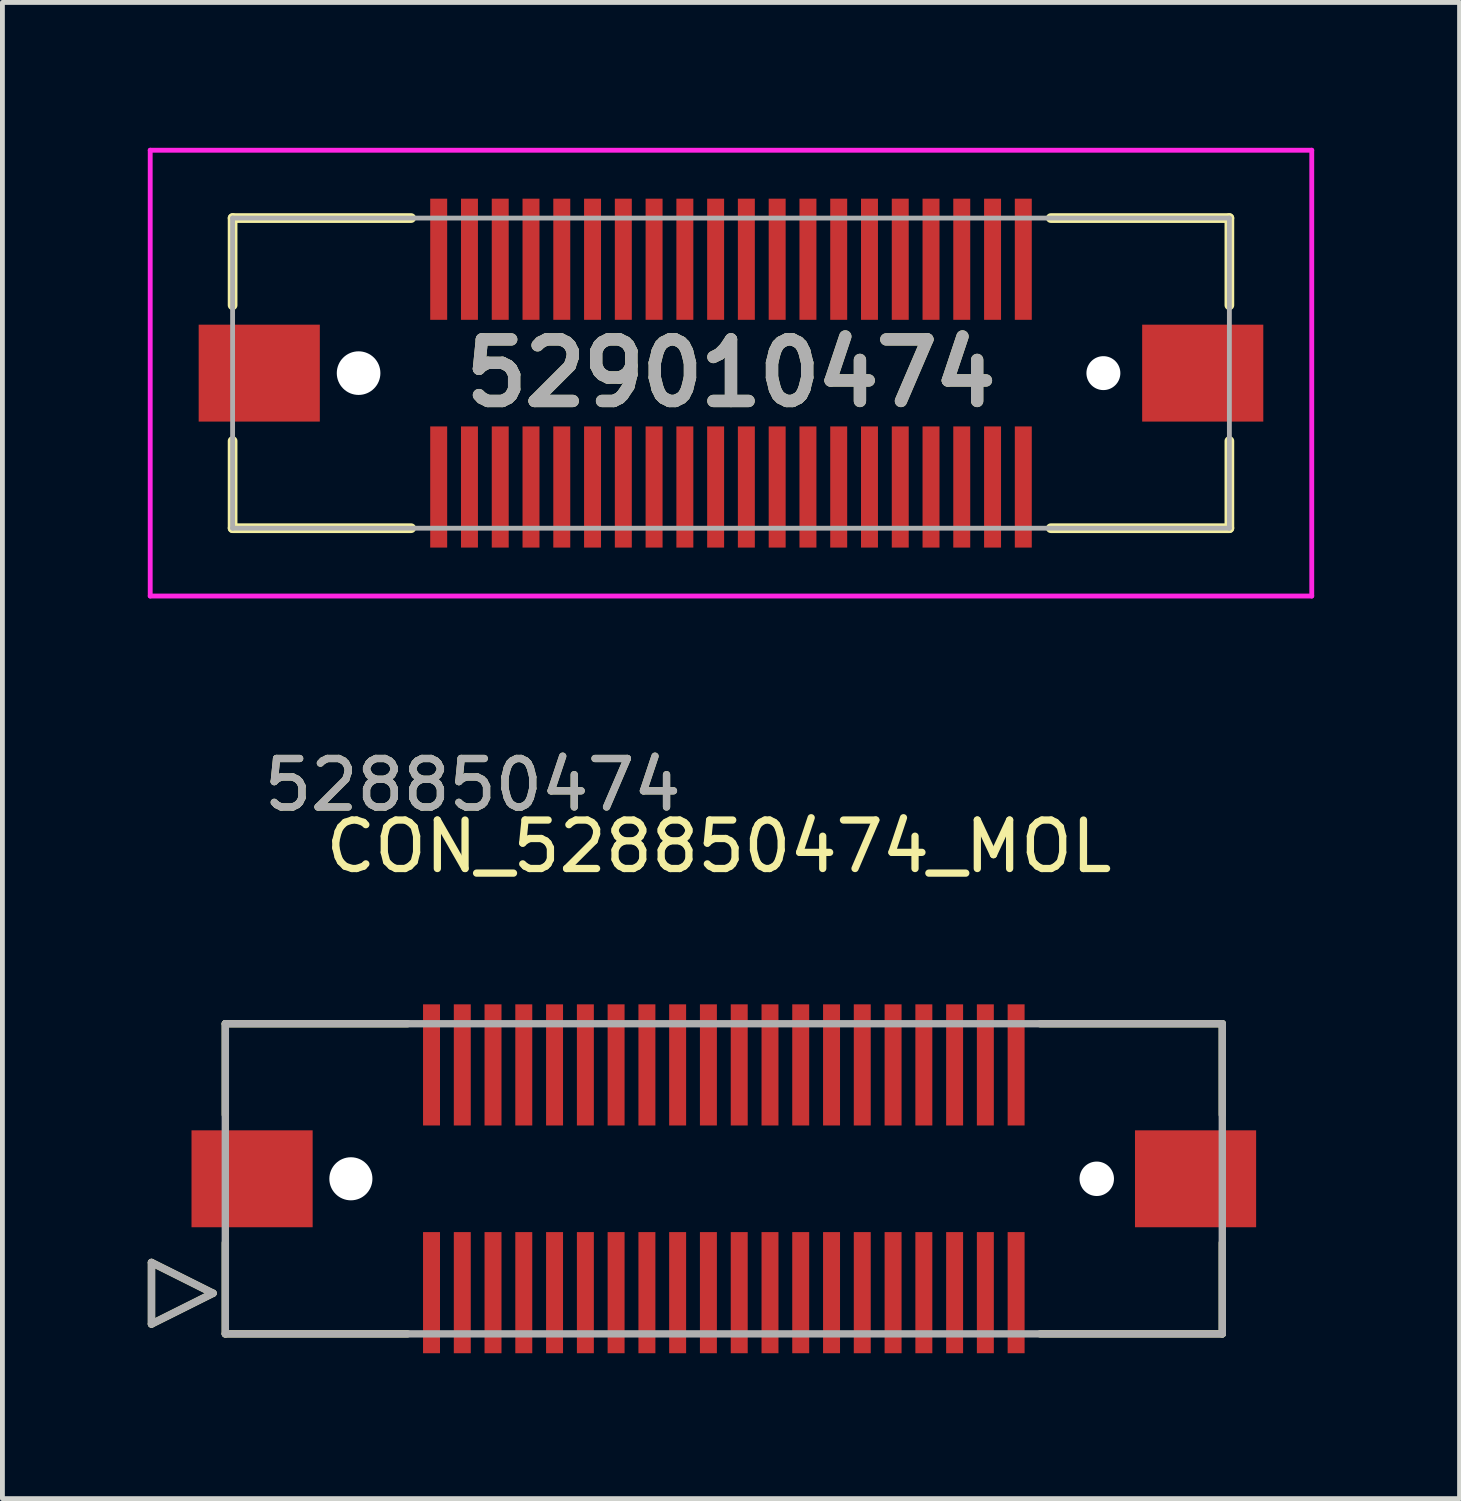
<source format=kicad_pcb>
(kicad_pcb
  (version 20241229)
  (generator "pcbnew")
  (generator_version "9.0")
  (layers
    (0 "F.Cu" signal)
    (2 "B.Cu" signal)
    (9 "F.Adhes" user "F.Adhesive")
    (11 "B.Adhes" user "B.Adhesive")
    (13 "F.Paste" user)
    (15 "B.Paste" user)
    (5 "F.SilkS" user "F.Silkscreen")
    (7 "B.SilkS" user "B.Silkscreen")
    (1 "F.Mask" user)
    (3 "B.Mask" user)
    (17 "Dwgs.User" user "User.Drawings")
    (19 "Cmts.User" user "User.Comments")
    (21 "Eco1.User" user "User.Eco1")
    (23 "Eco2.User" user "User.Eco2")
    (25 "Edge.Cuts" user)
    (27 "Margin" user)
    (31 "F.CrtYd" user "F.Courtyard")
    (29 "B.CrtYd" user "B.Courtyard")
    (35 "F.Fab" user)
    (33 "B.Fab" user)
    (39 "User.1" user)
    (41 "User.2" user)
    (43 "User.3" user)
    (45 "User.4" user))
  (footprint "529010474"
    (layer "F.Cu")
    (at 12.035 4.65)
    (property "Reference" "529010474" (at 0 0 0) (layer "F.SilkS") (effects (font (size 1.27 1.27) (thickness 0.254))))
    (attr through_hole)
    (fp_line (start -10.285 -3.2) (end -6.6 -3.2) (stroke (width 0.2) (type solid)) (layer "F.SilkS"))
    (fp_line (start -10.285 -1.4) (end -10.285 -3.2) (stroke (width 0.2) (type solid)) (layer "F.SilkS"))
    (fp_line (start -10.285 1.4) (end -10.285 3.2) (stroke (width 0.2) (type solid)) (layer "F.SilkS"))
    (fp_line (start -10.285 3.2) (end -6.6 3.2) (stroke (width 0.2) (type solid)) (layer "F.SilkS"))
    (fp_line (start 6.6 -3.2) (end 10.285 -3.2) (stroke (width 0.2) (type solid)) (layer "F.SilkS"))
    (fp_line (start 6.6 3.2) (end 10.285 3.2) (stroke (width 0.2) (type solid)) (layer "F.SilkS"))
    (fp_line (start 10.285 -3.2) (end 10.285 -1.4) (stroke (width 0.2) (type solid)) (layer "F.SilkS"))
    (fp_line (start 10.285 3.2) (end 10.285 1.4) (stroke (width 0.2) (type solid)) (layer "F.SilkS"))
    (fp_line (start -11.985 -4.6) (end 11.985 -4.6) (stroke (width 0.1) (type solid)) (layer "F.CrtYd"))
    (fp_line (start -11.985 4.6) (end -11.985 -4.6) (stroke (width 0.1) (type solid)) (layer "F.CrtYd"))
    (fp_line (start 11.985 -4.6) (end 11.985 4.6) (stroke (width 0.1) (type solid)) (layer "F.CrtYd"))
    (fp_line (start 11.985 4.6) (end -11.985 4.6) (stroke (width 0.1) (type solid)) (layer "F.CrtYd"))
    (fp_line (start -10.285 -3.2) (end 10.285 -3.2) (stroke (width 0.1) (type solid)) (layer "F.Fab"))
    (fp_line (start -10.285 3.2) (end -10.285 -3.2) (stroke (width 0.1) (type solid)) (layer "F.Fab"))
    (fp_line (start 10.285 -3.2) (end 10.285 3.2) (stroke (width 0.1) (type solid)) (layer "F.Fab"))
    (fp_line (start 10.285 3.2) (end -10.285 3.2) (stroke (width 0.1) (type solid)) (layer "F.Fab"))
    (fp_text user "${REFERENCE}" (at 0 0 0) (layer "F.Fab") (effects (font (size 1.27 1.27) (thickness 0.254))))
    (pad "" np_thru_hole circle (at -7.685 0) (size 0.9 0.9) (drill 0.9) (layers "*.Cu" "*.Mask"))
    (pad "" np_thru_hole circle (at 7.685 0) (size 0.7 0.7) (drill 0.7) (layers "*.Cu" "*.Mask"))
    (pad "1" smd rect (at -6.032 2.35) (size 0.35 2.5) (layers "F.Cu" "F.Mask" "F.Paste"))
    (pad "2" smd rect (at -6.032 -2.35) (size 0.35 2.5) (layers "F.Cu" "F.Mask" "F.Paste"))
    (pad "3" smd rect (at -5.397 2.35) (size 0.35 2.5) (layers "F.Cu" "F.Mask" "F.Paste"))
    (pad "4" smd rect (at -5.397 -2.35) (size 0.35 2.5) (layers "F.Cu" "F.Mask" "F.Paste"))
    (pad "5" smd rect (at -4.762 2.35) (size 0.35 2.5) (layers "F.Cu" "F.Mask" "F.Paste"))
    (pad "6" smd rect (at -4.762 -2.35) (size 0.35 2.5) (layers "F.Cu" "F.Mask" "F.Paste"))
    (pad "7" smd rect (at -4.127 2.35) (size 0.35 2.5) (layers "F.Cu" "F.Mask" "F.Paste"))
    (pad "8" smd rect (at -4.127 -2.35) (size 0.35 2.5) (layers "F.Cu" "F.Mask" "F.Paste"))
    (pad "9" smd rect (at -3.492 2.35) (size 0.35 2.5) (layers "F.Cu" "F.Mask" "F.Paste"))
    (pad "10" smd rect (at -3.492 -2.35) (size 0.35 2.5) (layers "F.Cu" "F.Mask" "F.Paste"))
    (pad "11" smd rect (at -2.857 2.35) (size 0.35 2.5) (layers "F.Cu" "F.Mask" "F.Paste"))
    (pad "12" smd rect (at -2.857 -2.35) (size 0.35 2.5) (layers "F.Cu" "F.Mask" "F.Paste"))
    (pad "13" smd rect (at -2.222 2.35) (size 0.35 2.5) (layers "F.Cu" "F.Mask" "F.Paste"))
    (pad "14" smd rect (at -2.222 -2.35) (size 0.35 2.5) (layers "F.Cu" "F.Mask" "F.Paste"))
    (pad "15" smd rect (at -1.587 2.35) (size 0.35 2.5) (layers "F.Cu" "F.Mask" "F.Paste"))
    (pad "16" smd rect (at -1.587 -2.35) (size 0.35 2.5) (layers "F.Cu" "F.Mask" "F.Paste"))
    (pad "17" smd rect (at -0.952 2.35) (size 0.35 2.5) (layers "F.Cu" "F.Mask" "F.Paste"))
    (pad "18" smd rect (at -0.952 -2.35) (size 0.35 2.5) (layers "F.Cu" "F.Mask" "F.Paste"))
    (pad "19" smd rect (at -0.317 2.35) (size 0.35 2.5) (layers "F.Cu" "F.Mask" "F.Paste"))
    (pad "20" smd rect (at -0.317 -2.35) (size 0.35 2.5) (layers "F.Cu" "F.Mask" "F.Paste"))
    (pad "21" smd rect (at 0.317 2.35) (size 0.35 2.5) (layers "F.Cu" "F.Mask" "F.Paste"))
    (pad "22" smd rect (at 0.317 -2.35) (size 0.35 2.5) (layers "F.Cu" "F.Mask" "F.Paste"))
    (pad "23" smd rect (at 0.953 2.35) (size 0.35 2.5) (layers "F.Cu" "F.Mask" "F.Paste"))
    (pad "24" smd rect (at 0.953 -2.35) (size 0.35 2.5) (layers "F.Cu" "F.Mask" "F.Paste"))
    (pad "25" smd rect (at 1.588 2.35) (size 0.35 2.5) (layers "F.Cu" "F.Mask" "F.Paste"))
    (pad "26" smd rect (at 1.588 -2.35) (size 0.35 2.5) (layers "F.Cu" "F.Mask" "F.Paste"))
    (pad "27" smd rect (at 2.223 2.35) (size 0.35 2.5) (layers "F.Cu" "F.Mask" "F.Paste"))
    (pad "28" smd rect (at 2.223 -2.35) (size 0.35 2.5) (layers "F.Cu" "F.Mask" "F.Paste"))
    (pad "29" smd rect (at 2.858 2.35) (size 0.35 2.5) (layers "F.Cu" "F.Mask" "F.Paste"))
    (pad "30" smd rect (at 2.858 -2.35) (size 0.35 2.5) (layers "F.Cu" "F.Mask" "F.Paste"))
    (pad "31" smd rect (at 3.493 2.35) (size 0.35 2.5) (layers "F.Cu" "F.Mask" "F.Paste"))
    (pad "32" smd rect (at 3.493 -2.35) (size 0.35 2.5) (layers "F.Cu" "F.Mask" "F.Paste"))
    (pad "33" smd rect (at 4.128 2.35) (size 0.35 2.5) (layers "F.Cu" "F.Mask" "F.Paste"))
    (pad "34" smd rect (at 4.128 -2.35) (size 0.35 2.5) (layers "F.Cu" "F.Mask" "F.Paste"))
    (pad "35" smd rect (at 4.762 2.35) (size 0.35 2.5) (layers "F.Cu" "F.Mask" "F.Paste"))
    (pad "36" smd rect (at 4.762 -2.35) (size 0.35 2.5) (layers "F.Cu" "F.Mask" "F.Paste"))
    (pad "37" smd rect (at 5.398 2.35) (size 0.35 2.5) (layers "F.Cu" "F.Mask" "F.Paste"))
    (pad "38" smd rect (at 5.398 -2.35) (size 0.35 2.5) (layers "F.Cu" "F.Mask" "F.Paste"))
    (pad "39" smd rect (at 6.032 2.35) (size 0.35 2.5) (layers "F.Cu" "F.Mask" "F.Paste"))
    (pad "40" smd rect (at 6.032 -2.35) (size 0.35 2.5) (layers "F.Cu" "F.Mask" "F.Paste"))
    (pad "MP1" smd rect (at -9.735 0 90) (size 2 2.5) (layers "F.Cu" "F.Mask" "F.Paste"))
    (pad "MP2" smd rect (at 9.735 0 90) (size 2 2.5) (layers "F.Cu" "F.Mask" "F.Paste")))
  (footprint "CON_528850474_MOL"
    (layer "F.Cu")
    (at 11.887 21.276)
    (property "Reference" "CON_528850474_MOL" (at -0.102 -6.858 0) (layer "F.SilkS") (effects (font (size 1 1) (thickness 0.15))))
    (attr smd)
    (fp_line (start -11.811 1.727) (end -11.811 2.997) (stroke (width 0.152) (type solid)) (layer "F.SilkS"))
    (fp_line (start -11.811 2.997) (end -10.541 2.362) (stroke (width 0.152) (type solid)) (layer "F.SilkS"))
    (fp_line (start -10.541 2.362) (end -11.811 1.727) (stroke (width 0.152) (type solid)) (layer "F.SilkS"))
    (fp_line (start -10.287 -3.2) (end -10.287 -1.321) (stroke (width 0.152) (type solid)) (layer "F.SilkS"))
    (fp_line (start -10.287 1.321) (end -10.287 3.2) (stroke (width 0.152) (type solid)) (layer "F.SilkS"))
    (fp_line (start -10.287 3.2) (end -6.528 3.2) (stroke (width 0.152) (type solid)) (layer "F.SilkS"))
    (fp_line (start -6.528 -3.2) (end -10.287 -3.2) (stroke (width 0.152) (type solid)) (layer "F.SilkS"))
    (fp_line (start 6.528 3.2) (end 10.287 3.2) (stroke (width 0.152) (type solid)) (layer "F.SilkS"))
    (fp_line (start 10.287 -3.2) (end 6.528 -3.2) (stroke (width 0.152) (type solid)) (layer "F.SilkS"))
    (fp_line (start 10.287 -1.321) (end 10.287 -3.2) (stroke (width 0.152) (type solid)) (layer "F.SilkS"))
    (fp_line (start 10.287 3.2) (end 10.287 1.321) (stroke (width 0.152) (type solid)) (layer "F.SilkS"))
    (fp_line (start -11.811 1.727) (end -11.811 2.997) (stroke (width 0.152) (type solid)) (layer "F.Fab"))
    (fp_line (start -11.811 2.997) (end -10.541 2.362) (stroke (width 0.152) (type solid)) (layer "F.Fab"))
    (fp_line (start -10.541 2.362) (end -11.811 1.727) (stroke (width 0.152) (type solid)) (layer "F.Fab"))
    (fp_line (start -10.287 -3.2) (end -10.287 3.2) (stroke (width 0.152) (type solid)) (layer "F.Fab"))
    (fp_line (start -10.287 3.2) (end 10.287 3.2) (stroke (width 0.152) (type solid)) (layer "F.Fab"))
    (fp_line (start 10.287 -3.2) (end -10.287 -3.2) (stroke (width 0.152) (type solid)) (layer "F.Fab"))
    (fp_line (start 10.287 3.2) (end 10.287 -3.2) (stroke (width 0.152) (type solid)) (layer "F.Fab"))
    (fp_text user "528850474" (at -5.182 -8.128 0) (layer "F.SilkS") (effects (font (size 1 1) (thickness 0.15))))
    (fp_text user "528850474" (at -5.182 -8.128 0) (layer "F.Fab") (effects (font (size 1 1) (thickness 0.15))))
    (pad "" np_thru_hole circle (at -7.696 0) (size 0.889 0.889) (drill 0.889) (layers "*.Cu" "*.Mask"))
    (pad "" np_thru_hole circle (at 7.696 0) (size 0.711 0.711) (drill 0.711) (layers "*.Cu" "*.Mask"))
    (pad "1" smd rect (at -6.032 2.35) (size 0.35 2.5) (layers "F.Cu" "F.Mask" "F.Paste"))
    (pad "2" smd rect (at -5.397 2.35) (size 0.35 2.5) (layers "F.Cu" "F.Mask" "F.Paste"))
    (pad "3" smd rect (at -4.763 2.35) (size 0.35 2.5) (layers "F.Cu" "F.Mask" "F.Paste"))
    (pad "4" smd rect (at -4.128 2.35) (size 0.35 2.5) (layers "F.Cu" "F.Mask" "F.Paste"))
    (pad "5" smd rect (at -3.493 2.35) (size 0.35 2.5) (layers "F.Cu" "F.Mask" "F.Paste"))
    (pad "6" smd rect (at -2.857 2.35) (size 0.35 2.5) (layers "F.Cu" "F.Mask" "F.Paste"))
    (pad "7" smd rect (at -2.223 2.35) (size 0.35 2.5) (layers "F.Cu" "F.Mask" "F.Paste"))
    (pad "8" smd rect (at -1.587 2.35) (size 0.35 2.5) (layers "F.Cu" "F.Mask" "F.Paste"))
    (pad "9" smd rect (at -0.953 2.35) (size 0.35 2.5) (layers "F.Cu" "F.Mask" "F.Paste"))
    (pad "10" smd rect (at -0.318 2.35) (size 0.35 2.5) (layers "F.Cu" "F.Mask" "F.Paste"))
    (pad "11" smd rect (at 0.318 2.35) (size 0.35 2.5) (layers "F.Cu" "F.Mask" "F.Paste"))
    (pad "12" smd rect (at 0.953 2.35) (size 0.35 2.5) (layers "F.Cu" "F.Mask" "F.Paste"))
    (pad "13" smd rect (at 1.587 2.35) (size 0.35 2.5) (layers "F.Cu" "F.Mask" "F.Paste"))
    (pad "14" smd rect (at 2.223 2.35) (size 0.35 2.5) (layers "F.Cu" "F.Mask" "F.Paste"))
    (pad "15" smd rect (at 2.857 2.35) (size 0.35 2.5) (layers "F.Cu" "F.Mask" "F.Paste"))
    (pad "16" smd rect (at 3.493 2.35) (size 0.35 2.5) (layers "F.Cu" "F.Mask" "F.Paste"))
    (pad "17" smd rect (at 4.128 2.35) (size 0.35 2.5) (layers "F.Cu" "F.Mask" "F.Paste"))
    (pad "18" smd rect (at 4.763 2.35) (size 0.35 2.5) (layers "F.Cu" "F.Mask" "F.Paste"))
    (pad "19" smd rect (at 5.397 2.35) (size 0.35 2.5) (layers "F.Cu" "F.Mask" "F.Paste"))
    (pad "20" smd rect (at 6.032 2.35) (size 0.35 2.5) (layers "F.Cu" "F.Mask" "F.Paste"))
    (pad "21" smd rect (at -6.032 -2.35) (size 0.35 2.5) (layers "F.Cu" "F.Mask" "F.Paste"))
    (pad "22" smd rect (at -5.397 -2.35) (size 0.35 2.5) (layers "F.Cu" "F.Mask" "F.Paste"))
    (pad "23" smd rect (at -4.763 -2.35) (size 0.35 2.5) (layers "F.Cu" "F.Mask" "F.Paste"))
    (pad "24" smd rect (at -4.128 -2.35) (size 0.35 2.5) (layers "F.Cu" "F.Mask" "F.Paste"))
    (pad "25" smd rect (at -3.493 -2.35) (size 0.35 2.5) (layers "F.Cu" "F.Mask" "F.Paste"))
    (pad "26" smd rect (at -2.857 -2.35) (size 0.35 2.5) (layers "F.Cu" "F.Mask" "F.Paste"))
    (pad "27" smd rect (at -2.223 -2.35) (size 0.35 2.5) (layers "F.Cu" "F.Mask" "F.Paste"))
    (pad "28" smd rect (at -1.587 -2.35) (size 0.35 2.5) (layers "F.Cu" "F.Mask" "F.Paste"))
    (pad "29" smd rect (at -0.953 -2.35) (size 0.35 2.5) (layers "F.Cu" "F.Mask" "F.Paste"))
    (pad "30" smd rect (at -0.318 -2.35) (size 0.35 2.5) (layers "F.Cu" "F.Mask" "F.Paste"))
    (pad "31" smd rect (at 0.318 -2.35) (size 0.35 2.5) (layers "F.Cu" "F.Mask" "F.Paste"))
    (pad "32" smd rect (at 0.953 -2.35) (size 0.35 2.5) (layers "F.Cu" "F.Mask" "F.Paste"))
    (pad "33" smd rect (at 1.587 -2.35) (size 0.35 2.5) (layers "F.Cu" "F.Mask" "F.Paste"))
    (pad "34" smd rect (at 2.223 -2.35) (size 0.35 2.5) (layers "F.Cu" "F.Mask" "F.Paste"))
    (pad "35" smd rect (at 2.857 -2.35) (size 0.35 2.5) (layers "F.Cu" "F.Mask" "F.Paste"))
    (pad "36" smd rect (at 3.493 -2.35) (size 0.35 2.5) (layers "F.Cu" "F.Mask" "F.Paste"))
    (pad "37" smd rect (at 4.128 -2.35) (size 0.35 2.5) (layers "F.Cu" "F.Mask" "F.Paste"))
    (pad "38" smd rect (at 4.763 -2.35) (size 0.35 2.5) (layers "F.Cu" "F.Mask" "F.Paste"))
    (pad "39" smd rect (at 5.397 -2.35) (size 0.35 2.5) (layers "F.Cu" "F.Mask" "F.Paste"))
    (pad "40" smd rect (at 6.032 -2.35) (size 0.35 2.5) (layers "F.Cu" "F.Mask" "F.Paste"))
    (pad "P1" smd rect (at -9.735 0) (size 2.5 2) (layers "F.Cu" "F.Mask" "F.Paste"))
    (pad "P2" smd rect (at 9.735 0) (size 2.5 2) (layers "F.Cu" "F.Mask" "F.Paste")))
  (gr_rect
    (start -3 -3)
    (end 27.07 27.876)
    (stroke (width 0.1) (type default))
    (fill no)
    (layer "Edge.Cuts")))
</source>
